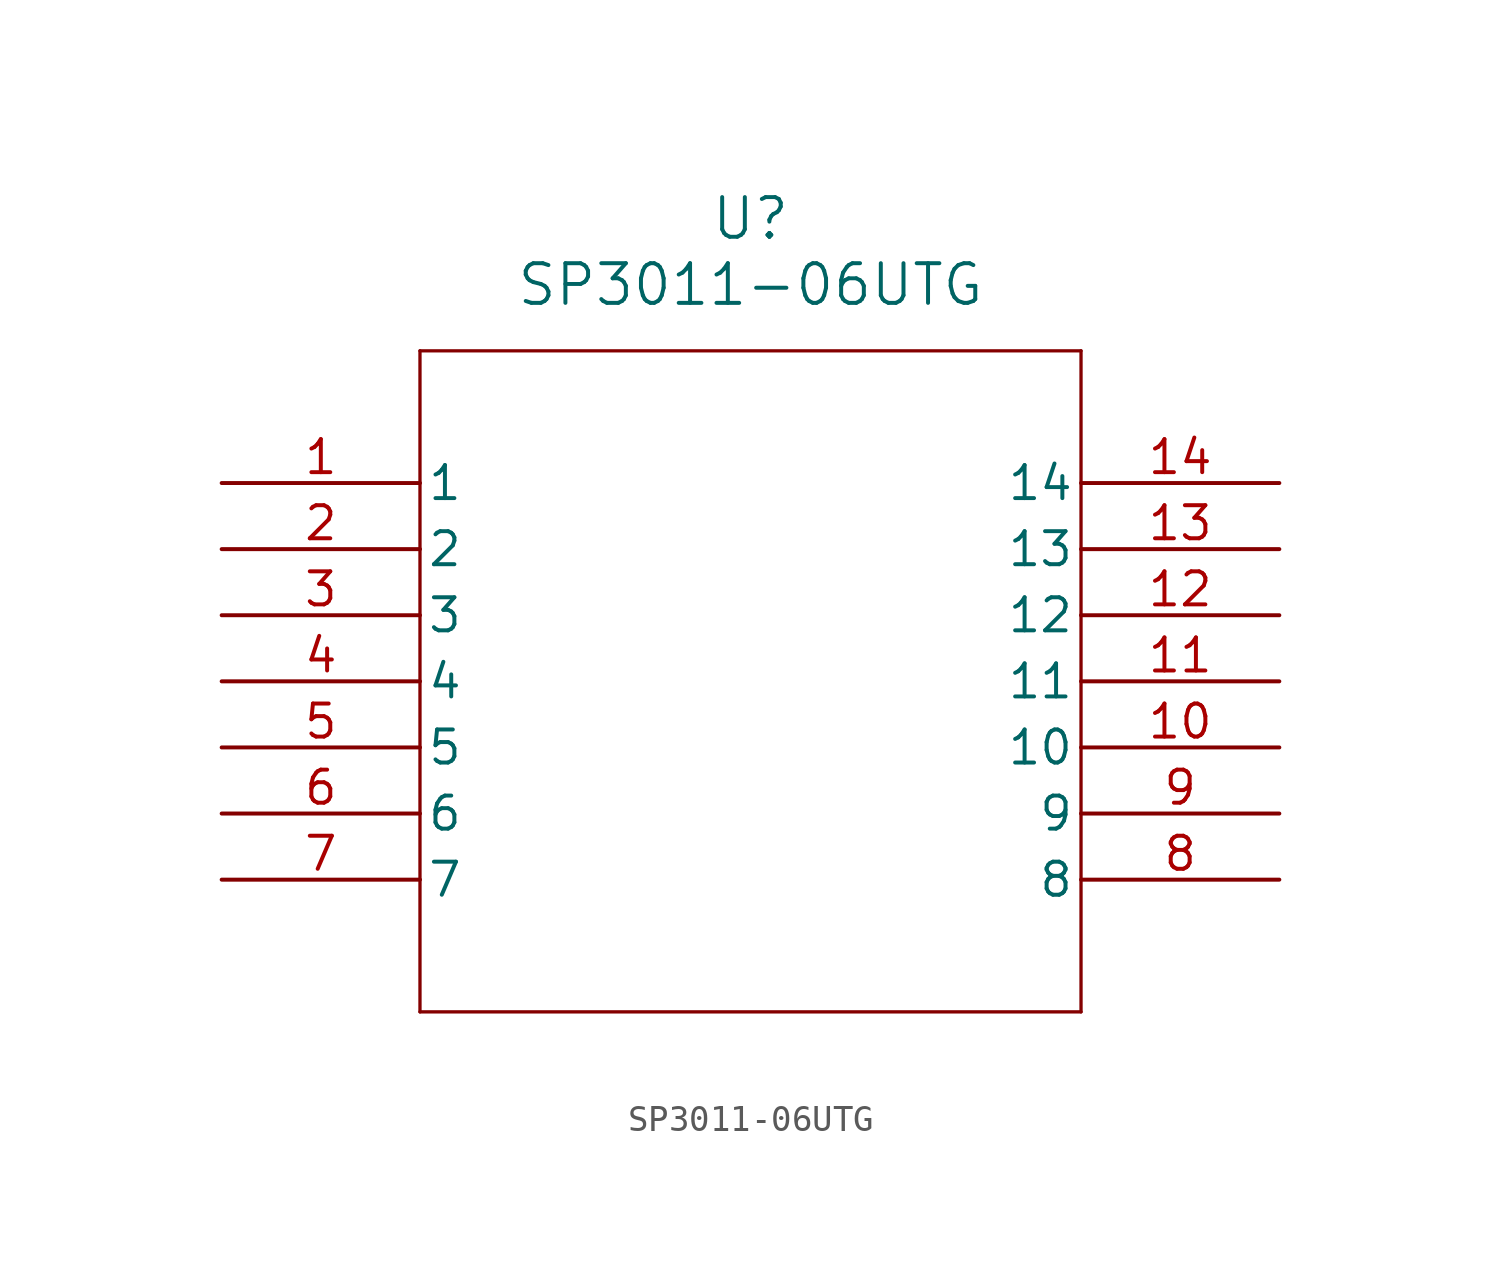
<source format=kicad_sym>
(kicad_symbol_lib
  (version 20211014)
  (generator kicad_symbol_editor)
  (symbol "SP3011-06UTG"
    (pin_names
      (offset 0.254))
    (property "Reference" "U"
      (at 20.32 10.16 0)
      (effects (font (size 1.524 1.524))))
    (property "Value" "SP3011-06UTG"
      (at 20.32 7.62 0)
      (effects (font (size 1.524 1.524))))
    (symbol "SP3011-06UTG_0_1"
      (polyline (pts (xy 7.62 5.08) (xy 7.62 -20.32)) (stroke (width 0.127) (type default) (color 0 0 0 0)) (fill (type none)))
      (polyline (pts (xy 7.62 -20.32) (xy 33.02 -20.32)) (stroke (width 0.127) (type default) (color 0 0 0 0)) (fill (type none)))
      (polyline (pts (xy 33.02 -20.32) (xy 33.02 5.08)) (stroke (width 0.127) (type default) (color 0 0 0 0)) (fill (type none)))
      (polyline (pts (xy 33.02 5.08) (xy 7.62 5.08)) (stroke (width 0.127) (type default) (color 0 0 0 0)) (fill (type none)))
      (pin unspecified line (at 0 0 0) (length 7.62) (name "1" (effects (font (size 1.27 1.27)))) (number "1" (effects (font (size 1.27 1.27)))))
      (pin unspecified line (at 0 -2.54 0) (length 7.62) (name "2" (effects (font (size 1.27 1.27)))) (number "2" (effects (font (size 1.27 1.27)))))
      (pin unspecified line (at 0 -5.08 0) (length 7.62) (name "3" (effects (font (size 1.27 1.27)))) (number "3" (effects (font (size 1.27 1.27)))))
      (pin unspecified line (at 0 -7.62 0) (length 7.62) (name "4" (effects (font (size 1.27 1.27)))) (number "4" (effects (font (size 1.27 1.27)))))
      (pin unspecified line (at 0 -10.16 0) (length 7.62) (name "5" (effects (font (size 1.27 1.27)))) (number "5" (effects (font (size 1.27 1.27)))))
      (pin unspecified line (at 0 -12.7 0) (length 7.62) (name "6" (effects (font (size 1.27 1.27)))) (number "6" (effects (font (size 1.27 1.27)))))
      (pin unspecified line (at 0 -15.24 0) (length 7.62) (name "7" (effects (font (size 1.27 1.27)))) (number "7" (effects (font (size 1.27 1.27)))))
      (pin unspecified line (at 40.64 -15.24 180) (length 7.62) (name "8" (effects (font (size 1.27 1.27)))) (number "8" (effects (font (size 1.27 1.27)))))
      (pin unspecified line (at 40.64 -12.7 180) (length 7.62) (name "9" (effects (font (size 1.27 1.27)))) (number "9" (effects (font (size 1.27 1.27)))))
      (pin unspecified line (at 40.64 -10.16 180) (length 7.62) (name "10" (effects (font (size 1.27 1.27)))) (number "10" (effects (font (size 1.27 1.27)))))
      (pin unspecified line (at 40.64 -7.62 180) (length 7.62) (name "11" (effects (font (size 1.27 1.27)))) (number "11" (effects (font (size 1.27 1.27)))))
      (pin unspecified line (at 40.64 -5.08 180) (length 7.62) (name "12" (effects (font (size 1.27 1.27)))) (number "12" (effects (font (size 1.27 1.27)))))
      (pin unspecified line (at 40.64 -2.54 180) (length 7.62) (name "13" (effects (font (size 1.27 1.27)))) (number "13" (effects (font (size 1.27 1.27)))))
      (pin unspecified line (at 40.64 0 180) (length 7.62) (name "14" (effects (font (size 1.27 1.27)))) (number "14" (effects (font (size 1.27 1.27))))))))
</source>
